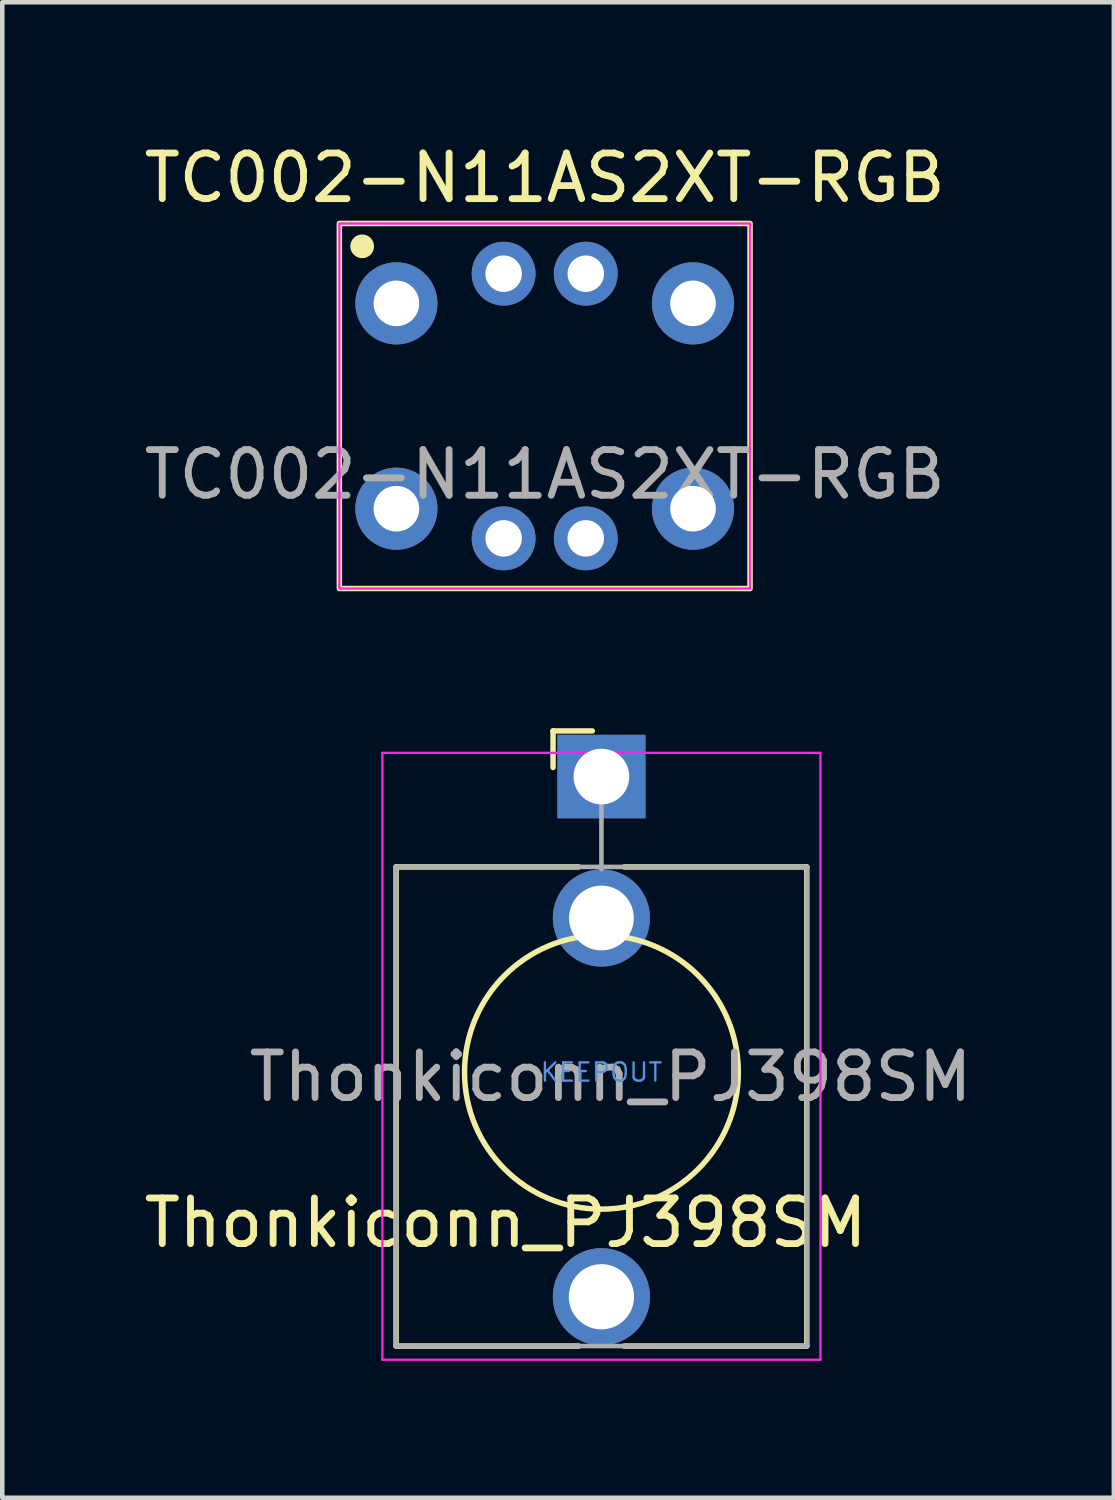
<source format=kicad_pcb>
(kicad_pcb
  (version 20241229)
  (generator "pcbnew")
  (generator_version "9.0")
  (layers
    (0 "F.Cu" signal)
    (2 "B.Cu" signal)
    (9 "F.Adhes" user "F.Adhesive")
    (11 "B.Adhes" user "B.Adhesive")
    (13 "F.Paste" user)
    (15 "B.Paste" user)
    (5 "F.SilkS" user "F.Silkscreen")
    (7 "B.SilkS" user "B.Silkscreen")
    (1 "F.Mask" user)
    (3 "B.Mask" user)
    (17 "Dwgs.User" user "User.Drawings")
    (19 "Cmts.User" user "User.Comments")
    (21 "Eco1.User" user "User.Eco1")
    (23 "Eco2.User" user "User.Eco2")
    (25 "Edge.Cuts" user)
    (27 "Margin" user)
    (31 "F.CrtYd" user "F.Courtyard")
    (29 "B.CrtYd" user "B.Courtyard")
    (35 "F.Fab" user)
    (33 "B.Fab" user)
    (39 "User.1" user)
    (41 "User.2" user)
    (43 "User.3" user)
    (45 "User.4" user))
  (footprint "TC002-N11AS2XT-RGB"
    (layer "F.Cu")
    (at 8.887 5.848)
    (property "Reference" "TC002-N11AS2XT-RGB" (at 0 -5 0) (unlocked yes) (layer "F.SilkS") (effects (font (size 1 1) (thickness 0.15))))
    (attr through_hole)
    (fp_rect (start -4.5 -4) (end 4.5 4) (stroke (width 0.12) (type solid)) (fill no) (layer "F.SilkS"))
    (fp_circle (center -4 -3.5) (end -3.8 -3.5) (stroke (width 0.12) (type solid)) (fill yes) (layer "F.SilkS"))
    (fp_rect (start -4.5 -4) (end 4.5 4) (stroke (width 0.05) (type solid)) (fill no) (layer "F.CrtYd"))
    (fp_text user "${REFERENCE}" (at 0 1.5 0) (unlocked yes) (layer "F.Fab") (effects (font (size 1 1) (thickness 0.15))))
    (pad "1" thru_hole circle (at -3.25 -2.25) (size 1.8 1.8) (drill 1) (layers "*.Cu" "*.Mask"))
    (pad "2" thru_hole circle (at 3.25 -2.25) (size 1.8 1.8) (drill 1) (layers "*.Cu" "*.Mask"))
    (pad "3" thru_hole circle (at -3.25 2.25) (size 1.8 1.8) (drill 1) (layers "*.Cu" "*.Mask"))
    (pad "4" thru_hole circle (at 3.25 2.25) (size 1.8 1.8) (drill 1) (layers "*.Cu" "*.Mask"))
    (pad "5" thru_hole circle (at -0.9 -2.9) (size 1.4 1.4) (drill 0.8) (layers "*.Cu" "*.Mask"))
    (pad "6" thru_hole circle (at 0.9 -2.9) (size 1.4 1.4) (drill 0.8) (layers "*.Cu" "*.Mask"))
    (pad "7" thru_hole circle (at 0.9 2.9) (size 1.4 1.4) (drill 0.8) (layers "*.Cu" "*.Mask"))
    (pad "8" thru_hole circle (at -0.9 2.9) (size 1.4 1.4) (drill 0.8) (layers "*.Cu" "*.Mask")))
  (footprint "Thonkiconn_PJ398SM"
    (layer "F.Cu")
    (at 10.13 20.448)
    (property "Reference" "Thonkiconn_PJ398SM" (at -2.1 3.3 180) (layer "F.SilkS") (effects (font (size 1 1) (thickness 0.15))))
    (attr through_hole)
    (fp_line (start -4.5 -4.5) (end -4.5 6) (stroke (width 0.12) (type solid)) (layer "F.SilkS"))
    (fp_line (start -1.06 -7.48) (end -1.06 -6.68) (stroke (width 0.12) (type solid)) (layer "F.SilkS"))
    (fp_line (start -1.06 -7.48) (end -0.2 -7.48) (stroke (width 0.12) (type solid)) (layer "F.SilkS"))
    (fp_line (start -0.5 -4.5) (end -4.5 -4.5) (stroke (width 0.12) (type solid)) (layer "F.SilkS"))
    (fp_line (start -0.5 6) (end -4.5 6) (stroke (width 0.12) (type solid)) (layer "F.SilkS"))
    (fp_line (start 4.5 -4.5) (end 0.5 -4.5) (stroke (width 0.12) (type solid)) (layer "F.SilkS"))
    (fp_line (start 4.5 -4.5) (end 4.5 6) (stroke (width 0.12) (type solid)) (layer "F.SilkS"))
    (fp_line (start 4.5 6) (end 0.5 6) (stroke (width 0.12) (type solid)) (layer "F.SilkS"))
    (fp_circle (center 0 0) (end 3 0) (stroke (width 0.12) (type solid)) (fill no) (layer "F.SilkS"))
    (fp_line (start -4.8 6.3) (end -4.8 -7) (stroke (width 0.05) (type solid)) (layer "F.CrtYd"))
    (fp_line (start 4.8 -7) (end -4.8 -7) (stroke (width 0.05) (type solid)) (layer "F.CrtYd"))
    (fp_line (start 4.8 6.3) (end -4.8 6.3) (stroke (width 0.05) (type solid)) (layer "F.CrtYd"))
    (fp_line (start 4.8 6.3) (end 4.8 -7) (stroke (width 0.05) (type solid)) (layer "F.CrtYd"))
    (fp_line (start -4.5 6) (end -4.5 -4.5) (stroke (width 0.1) (type solid)) (layer "F.Fab"))
    (fp_line (start 0 -6.48) (end 0 -4.45) (stroke (width 0.1) (type solid)) (layer "F.Fab"))
    (fp_line (start 4.5 -4.5) (end -4.5 -4.5) (stroke (width 0.1) (type solid)) (layer "F.Fab"))
    (fp_line (start 4.5 6) (end -4.5 6) (stroke (width 0.1) (type solid)) (layer "F.Fab"))
    (fp_line (start 4.5 6) (end 4.5 -4.5) (stroke (width 0.1) (type solid)) (layer "F.Fab"))
    (fp_text user "KEEPOUT" (at 0 0.00046 0) (layer "Cmts.User") (effects (font (size 0.4 0.4) (thickness 0.051))))
    (fp_text user "${REFERENCE}" (at 0.2 0.1 180) (layer "F.Fab") (effects (font (size 1 1) (thickness 0.15))))
    (pad "1" thru_hole rect (at 0 -6.48 180) (size 1.93 1.83) (drill 1.22) (layers "*.Cu" "*.Mask"))
    (pad "2" thru_hole circle (at 0 -3.38 180) (size 2.13 2.13) (drill 1.42) (layers "*.Cu" "*.Mask"))
    (pad "3" thru_hole circle (at 0 4.92 180) (size 2.13 2.13) (drill 1.43) (layers "*.Cu" "*.Mask")))
  (gr_rect
    (start -3 -3)
    (end 21.36 29.773)
    (stroke (width 0.1) (type default))
    (fill no)
    (layer "Edge.Cuts")))
</source>
